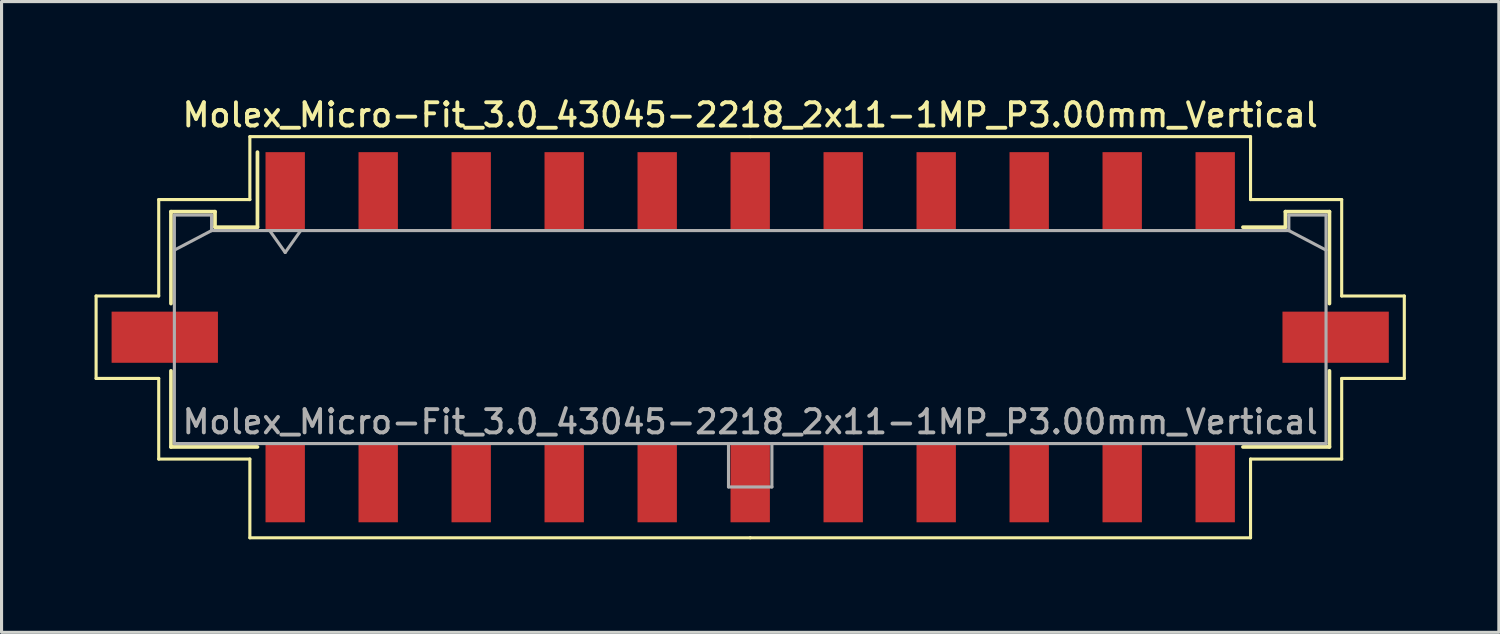
<source format=kicad_pcb>
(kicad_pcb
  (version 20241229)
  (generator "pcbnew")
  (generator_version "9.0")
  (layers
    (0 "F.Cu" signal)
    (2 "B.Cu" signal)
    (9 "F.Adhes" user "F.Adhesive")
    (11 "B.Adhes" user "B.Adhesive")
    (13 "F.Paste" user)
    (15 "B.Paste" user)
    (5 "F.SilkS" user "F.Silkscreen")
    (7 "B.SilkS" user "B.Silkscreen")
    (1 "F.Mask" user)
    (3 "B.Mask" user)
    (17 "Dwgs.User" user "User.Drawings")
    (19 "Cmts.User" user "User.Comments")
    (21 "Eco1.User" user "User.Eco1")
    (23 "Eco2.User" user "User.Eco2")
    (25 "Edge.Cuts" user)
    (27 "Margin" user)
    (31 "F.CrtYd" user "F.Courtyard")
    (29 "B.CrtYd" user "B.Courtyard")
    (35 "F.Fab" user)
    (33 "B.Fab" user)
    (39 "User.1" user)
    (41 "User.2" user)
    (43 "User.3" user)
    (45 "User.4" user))
  (footprint "Molex_Micro-Fit_3.0_43045-2218_2x11-1MP_P3.00mm_Vertical"
    (layer "F.Cu")
    (at 21.15 7.828)
    (property "Reference" "Molex_Micro-Fit_3.0_43045-2218_2x11-1MP_P3.00mm_Vertical" (at 0 -7.17 0) (layer "F.SilkS") (effects (font (size 0.75 0.75) (thickness 0.125))))
    (attr smd)
    (fp_line (start -21.1 -1.33) (end -21.1 1.33) (stroke (width 0.1) (type solid)) (layer "F.SilkS"))
    (fp_line (start -21.1 1.33) (end -19.08 1.33) (stroke (width 0.1) (type solid)) (layer "F.SilkS"))
    (fp_line (start -19.08 -4.44) (end -19.08 -1.33) (stroke (width 0.1) (type solid)) (layer "F.SilkS"))
    (fp_line (start -19.08 -1.33) (end -21.1 -1.33) (stroke (width 0.1) (type solid)) (layer "F.SilkS"))
    (fp_line (start -19.08 1.33) (end -19.08 3.93) (stroke (width 0.1) (type solid)) (layer "F.SilkS"))
    (fp_line (start -19.08 3.93) (end -16.14 3.93) (stroke (width 0.1) (type solid)) (layer "F.SilkS"))
    (fp_line (start -18.685 -4.05) (end -17.265 -4.05) (stroke (width 0.12) (type solid)) (layer "F.SilkS"))
    (fp_line (start -18.685 -1.085) (end -18.685 -4.05) (stroke (width 0.12) (type solid)) (layer "F.SilkS"))
    (fp_line (start -18.685 1.085) (end -18.685 3.54) (stroke (width 0.12) (type solid)) (layer "F.SilkS"))
    (fp_line (start -18.685 3.54) (end -15.895 3.54) (stroke (width 0.12) (type solid)) (layer "F.SilkS"))
    (fp_line (start -17.265 -4.05) (end -17.265 -3.55) (stroke (width 0.12) (type solid)) (layer "F.SilkS"))
    (fp_line (start -17.265 -3.55) (end -15.895 -3.55) (stroke (width 0.12) (type solid)) (layer "F.SilkS"))
    (fp_line (start -16.14 -6.47) (end -16.14 -4.44) (stroke (width 0.1) (type solid)) (layer "F.SilkS"))
    (fp_line (start -16.14 -4.44) (end -19.08 -4.44) (stroke (width 0.1) (type solid)) (layer "F.SilkS"))
    (fp_line (start -16.14 3.93) (end -16.14 6.47) (stroke (width 0.1) (type solid)) (layer "F.SilkS"))
    (fp_line (start -16.14 6.47) (end 0 6.47) (stroke (width 0.1) (type solid)) (layer "F.SilkS"))
    (fp_line (start -15.895 -3.55) (end -15.895 -5.97) (stroke (width 0.12) (type solid)) (layer "F.SilkS"))
    (fp_line (start 0 -6.47) (end -16.14 -6.47) (stroke (width 0.1) (type solid)) (layer "F.SilkS"))
    (fp_line (start 0 -6.47) (end 16.14 -6.47) (stroke (width 0.1) (type solid)) (layer "F.SilkS"))
    (fp_line (start 16.14 -6.47) (end 16.14 -4.44) (stroke (width 0.1) (type solid)) (layer "F.SilkS"))
    (fp_line (start 16.14 -4.44) (end 19.08 -4.44) (stroke (width 0.1) (type solid)) (layer "F.SilkS"))
    (fp_line (start 16.14 3.93) (end 16.14 6.47) (stroke (width 0.1) (type solid)) (layer "F.SilkS"))
    (fp_line (start 16.14 6.47) (end 0 6.47) (stroke (width 0.1) (type solid)) (layer "F.SilkS"))
    (fp_line (start 17.265 -4.05) (end 17.265 -3.55) (stroke (width 0.12) (type solid)) (layer "F.SilkS"))
    (fp_line (start 17.265 -3.55) (end 15.895 -3.55) (stroke (width 0.12) (type solid)) (layer "F.SilkS"))
    (fp_line (start 18.685 -4.05) (end 17.265 -4.05) (stroke (width 0.12) (type solid)) (layer "F.SilkS"))
    (fp_line (start 18.685 -1.085) (end 18.685 -4.05) (stroke (width 0.12) (type solid)) (layer "F.SilkS"))
    (fp_line (start 18.685 1.085) (end 18.685 3.54) (stroke (width 0.12) (type solid)) (layer "F.SilkS"))
    (fp_line (start 18.685 3.54) (end 15.895 3.54) (stroke (width 0.12) (type solid)) (layer "F.SilkS"))
    (fp_line (start 19.08 -4.44) (end 19.08 -1.33) (stroke (width 0.1) (type solid)) (layer "F.SilkS"))
    (fp_line (start 19.08 -1.33) (end 21.1 -1.33) (stroke (width 0.1) (type solid)) (layer "F.SilkS"))
    (fp_line (start 19.08 1.33) (end 19.08 3.93) (stroke (width 0.1) (type solid)) (layer "F.SilkS"))
    (fp_line (start 19.08 3.93) (end 16.14 3.93) (stroke (width 0.1) (type solid)) (layer "F.SilkS"))
    (fp_line (start 21.1 -1.33) (end 21.1 1.33) (stroke (width 0.1) (type solid)) (layer "F.SilkS"))
    (fp_line (start 21.1 1.33) (end 19.08 1.33) (stroke (width 0.1) (type solid)) (layer "F.SilkS"))
    (fp_line (start -18.575 -3.94) (end -18.575 3.43) (stroke (width 0.1) (type solid)) (layer "F.Fab"))
    (fp_line (start -18.575 -2.81) (end -17.375 -3.44) (stroke (width 0.1) (type solid)) (layer "F.Fab"))
    (fp_line (start -18.575 3.43) (end 18.575 3.43) (stroke (width 0.1) (type solid)) (layer "F.Fab"))
    (fp_line (start -17.375 -3.94) (end -18.575 -3.94) (stroke (width 0.1) (type solid)) (layer "F.Fab"))
    (fp_line (start -17.375 -3.44) (end -17.375 -3.94) (stroke (width 0.1) (type solid)) (layer "F.Fab"))
    (fp_line (start -15.5 -3.44) (end -15 -2.733) (stroke (width 0.1) (type solid)) (layer "F.Fab"))
    (fp_line (start -15 -2.733) (end -14.5 -3.44) (stroke (width 0.1) (type solid)) (layer "F.Fab"))
    (fp_line (start -0.7 3.43) (end -0.7 4.83) (stroke (width 0.1) (type solid)) (layer "F.Fab"))
    (fp_line (start -0.7 4.83) (end 0.7 4.83) (stroke (width 0.1) (type solid)) (layer "F.Fab"))
    (fp_line (start 0.7 4.83) (end 0.7 3.43) (stroke (width 0.1) (type solid)) (layer "F.Fab"))
    (fp_line (start 17.375 -3.94) (end 17.375 -3.44) (stroke (width 0.1) (type solid)) (layer "F.Fab"))
    (fp_line (start 17.375 -3.44) (end -17.375 -3.44) (stroke (width 0.1) (type solid)) (layer "F.Fab"))
    (fp_line (start 18.575 -3.94) (end 17.375 -3.94) (stroke (width 0.1) (type solid)) (layer "F.Fab"))
    (fp_line (start 18.575 -2.81) (end 17.375 -3.44) (stroke (width 0.1) (type solid)) (layer "F.Fab"))
    (fp_line (start 18.575 3.43) (end 18.575 -3.94) (stroke (width 0.1) (type solid)) (layer "F.Fab"))
    (fp_text user "${REFERENCE}" (at 0 2.73 0) (layer "F.Fab") (effects (font (size 0.75 0.75) (thickness 0.125))))
    (pad "1" smd rect (at -15 -4.7) (size 1.27 2.54) (layers "F.Cu" "F.Mask" "F.Paste"))
    (pad "2" smd rect (at -12 -4.7) (size 1.27 2.54) (layers "F.Cu" "F.Mask" "F.Paste"))
    (pad "3" smd rect (at -9 -4.7) (size 1.27 2.54) (layers "F.Cu" "F.Mask" "F.Paste"))
    (pad "4" smd rect (at -6 -4.7) (size 1.27 2.54) (layers "F.Cu" "F.Mask" "F.Paste"))
    (pad "5" smd rect (at -3 -4.7) (size 1.27 2.54) (layers "F.Cu" "F.Mask" "F.Paste"))
    (pad "6" smd rect (at 0 -4.7) (size 1.27 2.54) (layers "F.Cu" "F.Mask" "F.Paste"))
    (pad "7" smd rect (at 3 -4.7) (size 1.27 2.54) (layers "F.Cu" "F.Mask" "F.Paste"))
    (pad "8" smd rect (at 6 -4.7) (size 1.27 2.54) (layers "F.Cu" "F.Mask" "F.Paste"))
    (pad "9" smd rect (at 9 -4.7) (size 1.27 2.54) (layers "F.Cu" "F.Mask" "F.Paste"))
    (pad "10" smd rect (at 12 -4.7) (size 1.27 2.54) (layers "F.Cu" "F.Mask" "F.Paste"))
    (pad "11" smd rect (at 15 -4.7) (size 1.27 2.54) (layers "F.Cu" "F.Mask" "F.Paste"))
    (pad "12" smd rect (at -15 4.7) (size 1.27 2.54) (layers "F.Cu" "F.Mask" "F.Paste"))
    (pad "13" smd rect (at -12 4.7) (size 1.27 2.54) (layers "F.Cu" "F.Mask" "F.Paste"))
    (pad "14" smd rect (at -9 4.7) (size 1.27 2.54) (layers "F.Cu" "F.Mask" "F.Paste"))
    (pad "15" smd rect (at -6 4.7) (size 1.27 2.54) (layers "F.Cu" "F.Mask" "F.Paste"))
    (pad "16" smd rect (at -3 4.7) (size 1.27 2.54) (layers "F.Cu" "F.Mask" "F.Paste"))
    (pad "17" smd rect (at 0 4.7) (size 1.27 2.54) (layers "F.Cu" "F.Mask" "F.Paste"))
    (pad "18" smd rect (at 3 4.7) (size 1.27 2.54) (layers "F.Cu" "F.Mask" "F.Paste"))
    (pad "19" smd rect (at 6 4.7) (size 1.27 2.54) (layers "F.Cu" "F.Mask" "F.Paste"))
    (pad "20" smd rect (at 9 4.7) (size 1.27 2.54) (layers "F.Cu" "F.Mask" "F.Paste"))
    (pad "21" smd rect (at 12 4.7) (size 1.27 2.54) (layers "F.Cu" "F.Mask" "F.Paste"))
    (pad "22" smd rect (at 15 4.7) (size 1.27 2.54) (layers "F.Cu" "F.Mask" "F.Paste"))
    (pad "MP" smd rect (at -18.885 0) (size 3.43 1.65) (layers "F.Cu" "F.Mask" "F.Paste"))
    (pad "MP" smd rect (at 18.885 0) (size 3.43 1.65) (layers "F.Cu" "F.Mask" "F.Paste")))
  (gr_rect
    (start -3 -3)
    (end 45.3 17.348)
    (stroke (width 0.1) (type default))
    (fill no)
    (layer "Edge.Cuts")))
</source>
